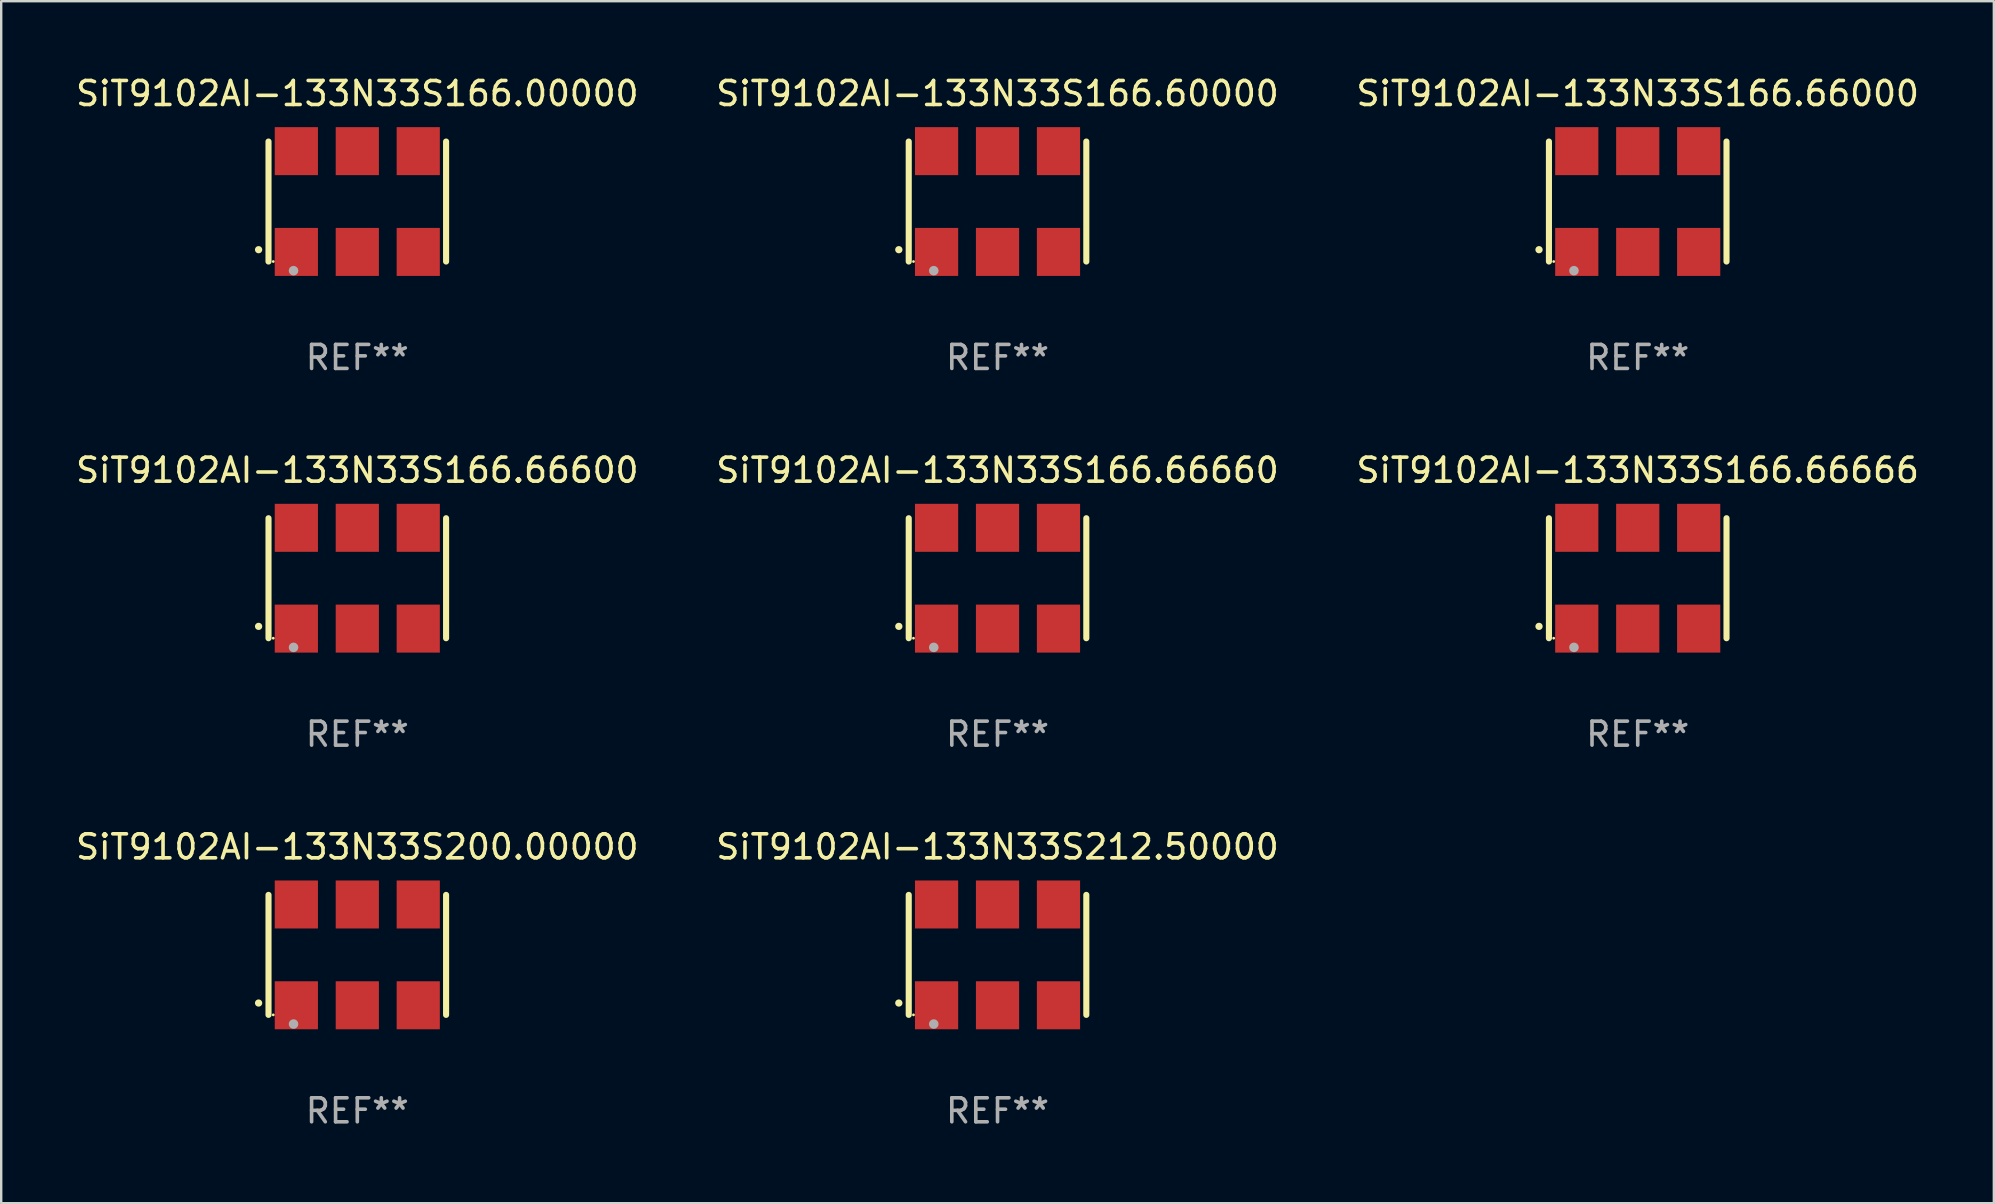
<source format=kicad_pcb>
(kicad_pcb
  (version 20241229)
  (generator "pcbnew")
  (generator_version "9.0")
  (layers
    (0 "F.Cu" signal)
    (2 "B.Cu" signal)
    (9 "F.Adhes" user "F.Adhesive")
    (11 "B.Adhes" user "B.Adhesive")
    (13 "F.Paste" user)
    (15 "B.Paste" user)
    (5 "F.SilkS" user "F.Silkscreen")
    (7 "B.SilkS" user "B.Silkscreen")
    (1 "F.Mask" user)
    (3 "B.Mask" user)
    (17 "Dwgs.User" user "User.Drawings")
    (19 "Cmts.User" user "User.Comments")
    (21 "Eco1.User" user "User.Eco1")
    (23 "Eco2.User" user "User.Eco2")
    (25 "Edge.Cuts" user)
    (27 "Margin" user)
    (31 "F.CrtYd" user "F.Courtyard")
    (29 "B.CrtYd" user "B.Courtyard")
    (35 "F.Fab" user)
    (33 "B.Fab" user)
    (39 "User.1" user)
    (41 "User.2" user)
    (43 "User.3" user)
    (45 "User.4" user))
  (footprint "SiT9102AI-133N33S166.66660"
    (layer "F.Cu")
    (at 38.518 21.045)
    (property "Reference" "SiT9102AI-133N33S166.66660" (at 0 -4.5 0) (layer "F.SilkS") (effects (font (size 1 1) (thickness 0.15))))
    (attr through_hole)
    (fp_line (start -3.7 -2.5) (end -3.7 2.5) (stroke (width 0.254) (type solid)) (layer "F.SilkS"))
    (fp_line (start 3.7 -2.5) (end 3.7 2.5) (stroke (width 0.254) (type solid)) (layer "F.SilkS"))
    (fp_arc (start -4.114415 2.006604) (mid -4.113145 2.006599) (end -4.111875 2.006604) (stroke (width 0.3) (type solid)) (layer "F.SilkS"))
    (fp_circle (center -3.502 2.5) (end -3.472 2.5) (stroke (width 0.06) (type solid)) (fill no) (layer "F.SilkS"))
    (fp_circle (center -2.657 2.882) (end -2.557 2.882) (stroke (width 0.2) (type solid)) (fill no) (layer "F.Fab"))
    (fp_text user "REF**" (at 0 6.5 0) (layer "F.Fab") (effects (font (size 1 1) (thickness 0.15))))
    (pad "1" smd rect (at -2.54 2.1) (size 1.8 2) (layers "F.Cu" "F.Mask" "F.Paste"))
    (pad "2" smd rect (at 0.000394 2.1) (size 1.8 2) (layers "F.Cu" "F.Mask" "F.Paste"))
    (pad "3" smd rect (at 2.54 2.1) (size 1.8 2) (layers "F.Cu" "F.Mask" "F.Paste"))
    (pad "4" smd rect (at 2.54 -2.1) (size 1.8 2) (layers "F.Cu" "F.Mask" "F.Paste"))
    (pad "5" smd rect (at 0.000394 -2.1) (size 1.8 2) (layers "F.Cu" "F.Mask" "F.Paste"))
    (pad "6" smd rect (at -2.54 -2.1) (size 1.8 2) (layers "F.Cu" "F.Mask" "F.Paste")))
  (footprint "SiT9102AI-133N33S212.50000"
    (layer "F.Cu")
    (at 38.518 36.741)
    (property "Reference" "SiT9102AI-133N33S212.50000" (at 0 -4.5 0) (layer "F.SilkS") (effects (font (size 1 1) (thickness 0.15))))
    (attr through_hole)
    (fp_line (start -3.7 -2.5) (end -3.7 2.5) (stroke (width 0.254) (type solid)) (layer "F.SilkS"))
    (fp_line (start 3.7 -2.5) (end 3.7 2.5) (stroke (width 0.254) (type solid)) (layer "F.SilkS"))
    (fp_arc (start -4.114415 2.006604) (mid -4.113145 2.006599) (end -4.111875 2.006604) (stroke (width 0.3) (type solid)) (layer "F.SilkS"))
    (fp_circle (center -3.502 2.5) (end -3.472 2.5) (stroke (width 0.06) (type solid)) (fill no) (layer "F.SilkS"))
    (fp_circle (center -2.657 2.882) (end -2.557 2.882) (stroke (width 0.2) (type solid)) (fill no) (layer "F.Fab"))
    (fp_text user "REF**" (at 0 6.5 0) (layer "F.Fab") (effects (font (size 1 1) (thickness 0.15))))
    (pad "1" smd rect (at -2.54 2.1) (size 1.8 2) (layers "F.Cu" "F.Mask" "F.Paste"))
    (pad "2" smd rect (at 0.000394 2.1) (size 1.8 2) (layers "F.Cu" "F.Mask" "F.Paste"))
    (pad "3" smd rect (at 2.54 2.1) (size 1.8 2) (layers "F.Cu" "F.Mask" "F.Paste"))
    (pad "4" smd rect (at 2.54 -2.1) (size 1.8 2) (layers "F.Cu" "F.Mask" "F.Paste"))
    (pad "5" smd rect (at 0.000394 -2.1) (size 1.8 2) (layers "F.Cu" "F.Mask" "F.Paste"))
    (pad "6" smd rect (at -2.54 -2.1) (size 1.8 2) (layers "F.Cu" "F.Mask" "F.Paste")))
  (footprint "SiT9102AI-133N33S166.66000"
    (layer "F.Cu")
    (at 65.196 5.348)
    (property "Reference" "SiT9102AI-133N33S166.66000" (at 0 -4.5 0) (layer "F.SilkS") (effects (font (size 1 1) (thickness 0.15))))
    (attr through_hole)
    (fp_line (start -3.7 -2.5) (end -3.7 2.5) (stroke (width 0.254) (type solid)) (layer "F.SilkS"))
    (fp_line (start 3.7 -2.5) (end 3.7 2.5) (stroke (width 0.254) (type solid)) (layer "F.SilkS"))
    (fp_arc (start -4.114415 2.006604) (mid -4.113145 2.006599) (end -4.111875 2.006604) (stroke (width 0.3) (type solid)) (layer "F.SilkS"))
    (fp_circle (center -3.502 2.5) (end -3.472 2.5) (stroke (width 0.06) (type solid)) (fill no) (layer "F.SilkS"))
    (fp_circle (center -2.657 2.882) (end -2.557 2.882) (stroke (width 0.2) (type solid)) (fill no) (layer "F.Fab"))
    (fp_text user "REF**" (at 0 6.5 0) (layer "F.Fab") (effects (font (size 1 1) (thickness 0.15))))
    (pad "1" smd rect (at -2.54 2.1) (size 1.8 2) (layers "F.Cu" "F.Mask" "F.Paste"))
    (pad "2" smd rect (at 0.000394 2.1) (size 1.8 2) (layers "F.Cu" "F.Mask" "F.Paste"))
    (pad "3" smd rect (at 2.54 2.1) (size 1.8 2) (layers "F.Cu" "F.Mask" "F.Paste"))
    (pad "4" smd rect (at 2.54 -2.1) (size 1.8 2) (layers "F.Cu" "F.Mask" "F.Paste"))
    (pad "5" smd rect (at 0.000394 -2.1) (size 1.8 2) (layers "F.Cu" "F.Mask" "F.Paste"))
    (pad "6" smd rect (at -2.54 -2.1) (size 1.8 2) (layers "F.Cu" "F.Mask" "F.Paste")))
  (footprint "SiT9102AI-133N33S166.60000"
    (layer "F.Cu")
    (at 38.518 5.348)
    (property "Reference" "SiT9102AI-133N33S166.60000" (at 0 -4.5 0) (layer "F.SilkS") (effects (font (size 1 1) (thickness 0.15))))
    (attr through_hole)
    (fp_line (start -3.7 -2.5) (end -3.7 2.5) (stroke (width 0.254) (type solid)) (layer "F.SilkS"))
    (fp_line (start 3.7 -2.5) (end 3.7 2.5) (stroke (width 0.254) (type solid)) (layer "F.SilkS"))
    (fp_arc (start -4.114415 2.006604) (mid -4.113145 2.006599) (end -4.111875 2.006604) (stroke (width 0.3) (type solid)) (layer "F.SilkS"))
    (fp_circle (center -3.502 2.5) (end -3.472 2.5) (stroke (width 0.06) (type solid)) (fill no) (layer "F.SilkS"))
    (fp_circle (center -2.657 2.882) (end -2.557 2.882) (stroke (width 0.2) (type solid)) (fill no) (layer "F.Fab"))
    (fp_text user "REF**" (at 0 6.5 0) (layer "F.Fab") (effects (font (size 1 1) (thickness 0.15))))
    (pad "1" smd rect (at -2.54 2.1) (size 1.8 2) (layers "F.Cu" "F.Mask" "F.Paste"))
    (pad "2" smd rect (at 0.000394 2.1) (size 1.8 2) (layers "F.Cu" "F.Mask" "F.Paste"))
    (pad "3" smd rect (at 2.54 2.1) (size 1.8 2) (layers "F.Cu" "F.Mask" "F.Paste"))
    (pad "4" smd rect (at 2.54 -2.1) (size 1.8 2) (layers "F.Cu" "F.Mask" "F.Paste"))
    (pad "5" smd rect (at 0.000394 -2.1) (size 1.8 2) (layers "F.Cu" "F.Mask" "F.Paste"))
    (pad "6" smd rect (at -2.54 -2.1) (size 1.8 2) (layers "F.Cu" "F.Mask" "F.Paste")))
  (footprint "SiT9102AI-133N33S200.00000"
    (layer "F.Cu")
    (at 11.839 36.741)
    (property "Reference" "SiT9102AI-133N33S200.00000" (at 0 -4.5 0) (layer "F.SilkS") (effects (font (size 1 1) (thickness 0.15))))
    (attr through_hole)
    (fp_line (start -3.7 -2.5) (end -3.7 2.5) (stroke (width 0.254) (type solid)) (layer "F.SilkS"))
    (fp_line (start 3.7 -2.5) (end 3.7 2.5) (stroke (width 0.254) (type solid)) (layer "F.SilkS"))
    (fp_arc (start -4.114415 2.006604) (mid -4.113145 2.006599) (end -4.111875 2.006604) (stroke (width 0.3) (type solid)) (layer "F.SilkS"))
    (fp_circle (center -3.502 2.5) (end -3.472 2.5) (stroke (width 0.06) (type solid)) (fill no) (layer "F.SilkS"))
    (fp_circle (center -2.657 2.882) (end -2.557 2.882) (stroke (width 0.2) (type solid)) (fill no) (layer "F.Fab"))
    (fp_text user "REF**" (at 0 6.5 0) (layer "F.Fab") (effects (font (size 1 1) (thickness 0.15))))
    (pad "1" smd rect (at -2.54 2.1) (size 1.8 2) (layers "F.Cu" "F.Mask" "F.Paste"))
    (pad "2" smd rect (at 0.000394 2.1) (size 1.8 2) (layers "F.Cu" "F.Mask" "F.Paste"))
    (pad "3" smd rect (at 2.54 2.1) (size 1.8 2) (layers "F.Cu" "F.Mask" "F.Paste"))
    (pad "4" smd rect (at 2.54 -2.1) (size 1.8 2) (layers "F.Cu" "F.Mask" "F.Paste"))
    (pad "5" smd rect (at 0.000394 -2.1) (size 1.8 2) (layers "F.Cu" "F.Mask" "F.Paste"))
    (pad "6" smd rect (at -2.54 -2.1) (size 1.8 2) (layers "F.Cu" "F.Mask" "F.Paste")))
  (footprint "SiT9102AI-133N33S166.66600"
    (layer "F.Cu")
    (at 11.839 21.045)
    (property "Reference" "SiT9102AI-133N33S166.66600" (at 0 -4.5 0) (layer "F.SilkS") (effects (font (size 1 1) (thickness 0.15))))
    (attr through_hole)
    (fp_line (start -3.7 -2.5) (end -3.7 2.5) (stroke (width 0.254) (type solid)) (layer "F.SilkS"))
    (fp_line (start 3.7 -2.5) (end 3.7 2.5) (stroke (width 0.254) (type solid)) (layer "F.SilkS"))
    (fp_arc (start -4.114415 2.006604) (mid -4.113145 2.006599) (end -4.111875 2.006604) (stroke (width 0.3) (type solid)) (layer "F.SilkS"))
    (fp_circle (center -3.502 2.5) (end -3.472 2.5) (stroke (width 0.06) (type solid)) (fill no) (layer "F.SilkS"))
    (fp_circle (center -2.657 2.882) (end -2.557 2.882) (stroke (width 0.2) (type solid)) (fill no) (layer "F.Fab"))
    (fp_text user "REF**" (at 0 6.5 0) (layer "F.Fab") (effects (font (size 1 1) (thickness 0.15))))
    (pad "1" smd rect (at -2.54 2.1) (size 1.8 2) (layers "F.Cu" "F.Mask" "F.Paste"))
    (pad "2" smd rect (at 0.000394 2.1) (size 1.8 2) (layers "F.Cu" "F.Mask" "F.Paste"))
    (pad "3" smd rect (at 2.54 2.1) (size 1.8 2) (layers "F.Cu" "F.Mask" "F.Paste"))
    (pad "4" smd rect (at 2.54 -2.1) (size 1.8 2) (layers "F.Cu" "F.Mask" "F.Paste"))
    (pad "5" smd rect (at 0.000394 -2.1) (size 1.8 2) (layers "F.Cu" "F.Mask" "F.Paste"))
    (pad "6" smd rect (at -2.54 -2.1) (size 1.8 2) (layers "F.Cu" "F.Mask" "F.Paste")))
  (footprint "SiT9102AI-133N33S166.00000"
    (layer "F.Cu")
    (at 11.839 5.348)
    (property "Reference" "SiT9102AI-133N33S166.00000" (at 0 -4.5 0) (layer "F.SilkS") (effects (font (size 1 1) (thickness 0.15))))
    (attr through_hole)
    (fp_line (start -3.7 -2.5) (end -3.7 2.5) (stroke (width 0.254) (type solid)) (layer "F.SilkS"))
    (fp_line (start 3.7 -2.5) (end 3.7 2.5) (stroke (width 0.254) (type solid)) (layer "F.SilkS"))
    (fp_arc (start -4.114415 2.006604) (mid -4.113145 2.006599) (end -4.111875 2.006604) (stroke (width 0.3) (type solid)) (layer "F.SilkS"))
    (fp_circle (center -3.502 2.5) (end -3.472 2.5) (stroke (width 0.06) (type solid)) (fill no) (layer "F.SilkS"))
    (fp_circle (center -2.657 2.882) (end -2.557 2.882) (stroke (width 0.2) (type solid)) (fill no) (layer "F.Fab"))
    (fp_text user "REF**" (at 0 6.5 0) (layer "F.Fab") (effects (font (size 1 1) (thickness 0.15))))
    (pad "1" smd rect (at -2.54 2.1) (size 1.8 2) (layers "F.Cu" "F.Mask" "F.Paste"))
    (pad "2" smd rect (at 0.000394 2.1) (size 1.8 2) (layers "F.Cu" "F.Mask" "F.Paste"))
    (pad "3" smd rect (at 2.54 2.1) (size 1.8 2) (layers "F.Cu" "F.Mask" "F.Paste"))
    (pad "4" smd rect (at 2.54 -2.1) (size 1.8 2) (layers "F.Cu" "F.Mask" "F.Paste"))
    (pad "5" smd rect (at 0.000394 -2.1) (size 1.8 2) (layers "F.Cu" "F.Mask" "F.Paste"))
    (pad "6" smd rect (at -2.54 -2.1) (size 1.8 2) (layers "F.Cu" "F.Mask" "F.Paste")))
  (footprint "SiT9102AI-133N33S166.66666"
    (layer "F.Cu")
    (at 65.196 21.045)
    (property "Reference" "SiT9102AI-133N33S166.66666" (at 0 -4.5 0) (layer "F.SilkS") (effects (font (size 1 1) (thickness 0.15))))
    (attr through_hole)
    (fp_line (start -3.7 -2.5) (end -3.7 2.5) (stroke (width 0.254) (type solid)) (layer "F.SilkS"))
    (fp_line (start 3.7 -2.5) (end 3.7 2.5) (stroke (width 0.254) (type solid)) (layer "F.SilkS"))
    (fp_arc (start -4.114415 2.006604) (mid -4.113145 2.006599) (end -4.111875 2.006604) (stroke (width 0.3) (type solid)) (layer "F.SilkS"))
    (fp_circle (center -3.502 2.5) (end -3.472 2.5) (stroke (width 0.06) (type solid)) (fill no) (layer "F.SilkS"))
    (fp_circle (center -2.657 2.882) (end -2.557 2.882) (stroke (width 0.2) (type solid)) (fill no) (layer "F.Fab"))
    (fp_text user "REF**" (at 0 6.5 0) (layer "F.Fab") (effects (font (size 1 1) (thickness 0.15))))
    (pad "1" smd rect (at -2.54 2.1) (size 1.8 2) (layers "F.Cu" "F.Mask" "F.Paste"))
    (pad "2" smd rect (at 0.000394 2.1) (size 1.8 2) (layers "F.Cu" "F.Mask" "F.Paste"))
    (pad "3" smd rect (at 2.54 2.1) (size 1.8 2) (layers "F.Cu" "F.Mask" "F.Paste"))
    (pad "4" smd rect (at 2.54 -2.1) (size 1.8 2) (layers "F.Cu" "F.Mask" "F.Paste"))
    (pad "5" smd rect (at 0.000394 -2.1) (size 1.8 2) (layers "F.Cu" "F.Mask" "F.Paste"))
    (pad "6" smd rect (at -2.54 -2.1) (size 1.8 2) (layers "F.Cu" "F.Mask" "F.Paste")))
  (gr_rect
    (start -3 -3)
    (end 80.036 47.09)
    (stroke (width 0.1) (type default))
    (fill no)
    (layer "Edge.Cuts")))
</source>
